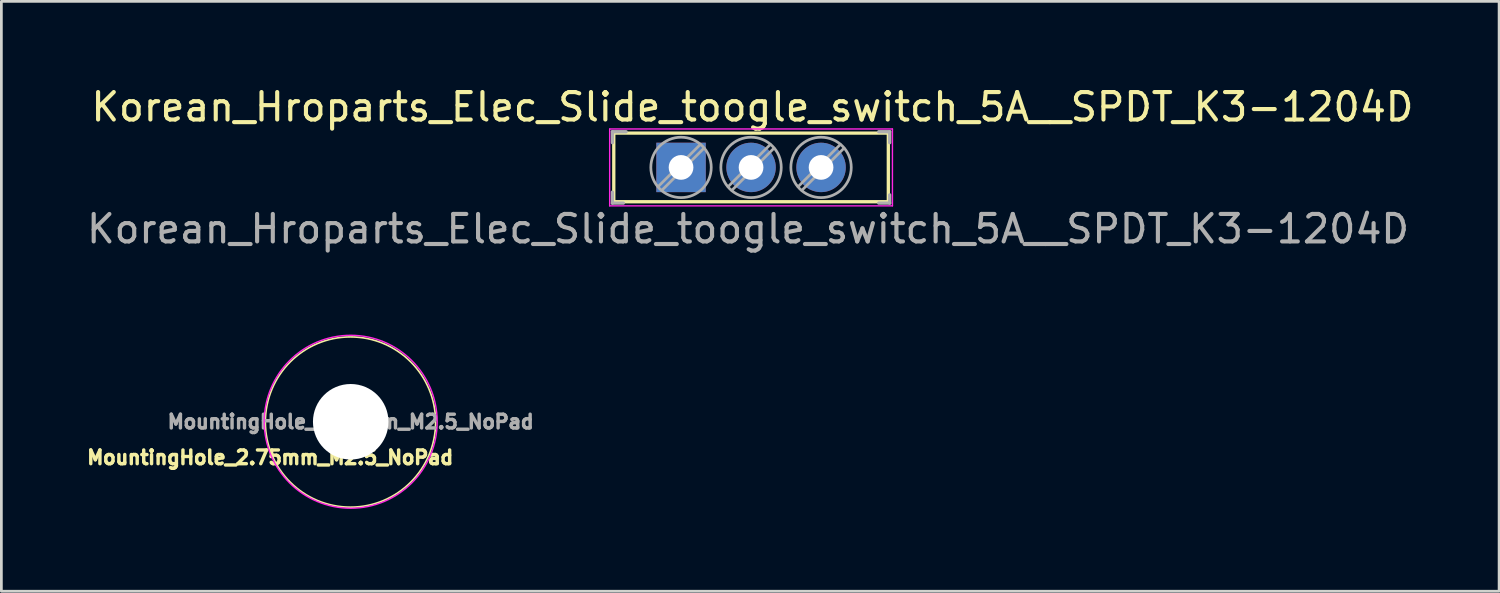
<source format=kicad_pcb>
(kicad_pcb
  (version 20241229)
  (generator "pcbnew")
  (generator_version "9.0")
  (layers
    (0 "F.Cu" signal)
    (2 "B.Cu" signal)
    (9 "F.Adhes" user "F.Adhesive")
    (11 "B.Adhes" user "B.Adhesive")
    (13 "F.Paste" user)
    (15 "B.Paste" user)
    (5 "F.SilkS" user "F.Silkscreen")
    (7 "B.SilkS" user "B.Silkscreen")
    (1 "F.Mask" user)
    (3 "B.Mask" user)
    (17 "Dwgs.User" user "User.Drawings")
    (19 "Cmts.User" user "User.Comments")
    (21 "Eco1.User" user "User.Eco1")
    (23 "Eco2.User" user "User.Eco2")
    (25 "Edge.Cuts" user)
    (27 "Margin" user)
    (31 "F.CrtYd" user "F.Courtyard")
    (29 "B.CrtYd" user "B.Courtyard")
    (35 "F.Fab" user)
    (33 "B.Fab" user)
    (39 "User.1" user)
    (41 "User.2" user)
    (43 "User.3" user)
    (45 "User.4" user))
  (footprint "Korean_Hroparts_Elec_Slide_toogle_switch_5A__SPDT_K3-1204D"
    (layer "F.Cu")
    (at 21.756 3.048)
    (property "Reference" "Korean_Hroparts_Elec_Slide_toogle_switch_5A__SPDT_K3-1204D" (at 2.6 -2.2 0) (layer "F.SilkS") (effects (font (size 1 1) (thickness 0.15))))
    (attr through_hole)
    (fp_line (start -2.45 -1.25) (end -2.45 1.25) (stroke (width 0.12) (type solid)) (layer "F.SilkS"))
    (fp_line (start -2.45 1.25) (end 7.55 1.25) (stroke (width 0.12) (type solid)) (layer "F.SilkS"))
    (fp_line (start 7.55 -1.25) (end -2.45 -1.25) (stroke (width 0.12) (type solid)) (layer "F.SilkS"))
    (fp_line (start 7.55 1.25) (end 7.55 -1.25) (stroke (width 0.12) (type solid)) (layer "F.SilkS"))
    (fp_line (start -2.6 -1.4) (end 7.7 -1.4) (stroke (width 0.05) (type solid)) (layer "F.CrtYd"))
    (fp_line (start -2.6 1.4) (end -2.6 -1.4) (stroke (width 0.05) (type solid)) (layer "F.CrtYd"))
    (fp_line (start 7.7 -1.4) (end 7.7 1.4) (stroke (width 0.05) (type solid)) (layer "F.CrtYd"))
    (fp_line (start 7.7 1.4) (end -2.6 1.4) (stroke (width 0.05) (type solid)) (layer "F.CrtYd"))
    (fp_line (start -2.5 -1.3) (end -2 -1.3) (stroke (width 0.12) (type solid)) (layer "F.Fab"))
    (fp_line (start -2.5 -0.9) (end -2.5 -1.3) (stroke (width 0.12) (type solid)) (layer "F.Fab"))
    (fp_line (start -2.5 0.9) (end -2.5 1.3) (stroke (width 0.12) (type solid)) (layer "F.Fab"))
    (fp_line (start -2.5 1.3) (end -2.1 1.3) (stroke (width 0.12) (type solid)) (layer "F.Fab"))
    (fp_line (start 0.701 -0.835) (end -0.835 0.7) (stroke (width 0.1) (type solid)) (layer "F.Fab"))
    (fp_line (start 0.835 -0.7) (end -0.701 0.835) (stroke (width 0.1) (type solid)) (layer "F.Fab"))
    (fp_line (start 3.251 -0.835) (end 1.716 0.7) (stroke (width 0.1) (type solid)) (layer "F.Fab"))
    (fp_line (start 3.385 -0.7) (end 1.85 0.835) (stroke (width 0.1) (type solid)) (layer "F.Fab"))
    (fp_line (start 5.801 -0.835) (end 4.266 0.7) (stroke (width 0.1) (type solid)) (layer "F.Fab"))
    (fp_line (start 5.935 -0.7) (end 4.4 0.835) (stroke (width 0.1) (type solid)) (layer "F.Fab"))
    (fp_line (start 7.2 -1.3) (end 7.6 -1.3) (stroke (width 0.12) (type solid)) (layer "F.Fab"))
    (fp_line (start 7.6 -1.3) (end 7.6 -0.9) (stroke (width 0.12) (type solid)) (layer "F.Fab"))
    (fp_line (start 7.6 1) (end 7.6 1.3) (stroke (width 0.12) (type solid)) (layer "F.Fab"))
    (fp_line (start 7.6 1.3) (end 7.2 1.3) (stroke (width 0.12) (type solid)) (layer "F.Fab"))
    (fp_circle (center 0 0) (end 1.1 0) (stroke (width 0.1) (type solid)) (fill no) (layer "F.Fab"))
    (fp_circle (center 2.55 0) (end 3.65 0) (stroke (width 0.1) (type solid)) (fill no) (layer "F.Fab"))
    (fp_circle (center 5.1 0) (end 6.2 0) (stroke (width 0.1) (type solid)) (fill no) (layer "F.Fab"))
    (fp_text user "${REFERENCE}" (at 2.44 2.24 0) (layer "F.Fab") (effects (font (size 1 1) (thickness 0.15))))
    (pad "1" thru_hole rect (at 0 0) (size 1.8 1.8) (drill 0.9) (layers "*.Cu" "*.Mask"))
    (pad "2" thru_hole circle (at 2.55 0) (size 1.8 1.8) (drill 0.9) (layers "*.Cu" "*.Mask"))
    (pad "3" thru_hole circle (at 5.1 0) (size 1.8 1.8) (drill 0.9) (layers "*.Cu" "*.Mask")))
  (footprint "MountingHole_2.75mm_M2.5_NoPad"
    (layer "F.Cu")
    (at 9.724 12.312)
    (property "Reference" "MountingHole_2.75mm_M2.5_NoPad" (at -2.932 1.302 0) (layer "F.SilkS") (effects (font (size 0.5 0.5) (thickness 0.15))))
    (attr through_hole)
    (fp_circle (center -0.008 0.01) (end 3.092 0.01) (stroke (width 0.06) (type solid)) (fill no) (layer "F.SilkS"))
    (fp_circle (center 0 0) (end 3.15 0) (stroke (width 0.05) (type solid)) (fill no) (layer "F.CrtYd"))
    (fp_text user "${REFERENCE}" (at 0 0 0) (layer "F.Fab") (effects (font (size 0.5 0.5) (thickness 0.15))))
    (pad "" np_thru_hole circle (at 0 0) (size 2.75 2.75) (drill 2.75) (layers "*.Cu" "*.Mask")))
  (gr_rect
    (start -3 -3)
    (end 51.553 18.486)
    (stroke (width 0.1) (type default))
    (fill no)
    (layer "Edge.Cuts")))
</source>
